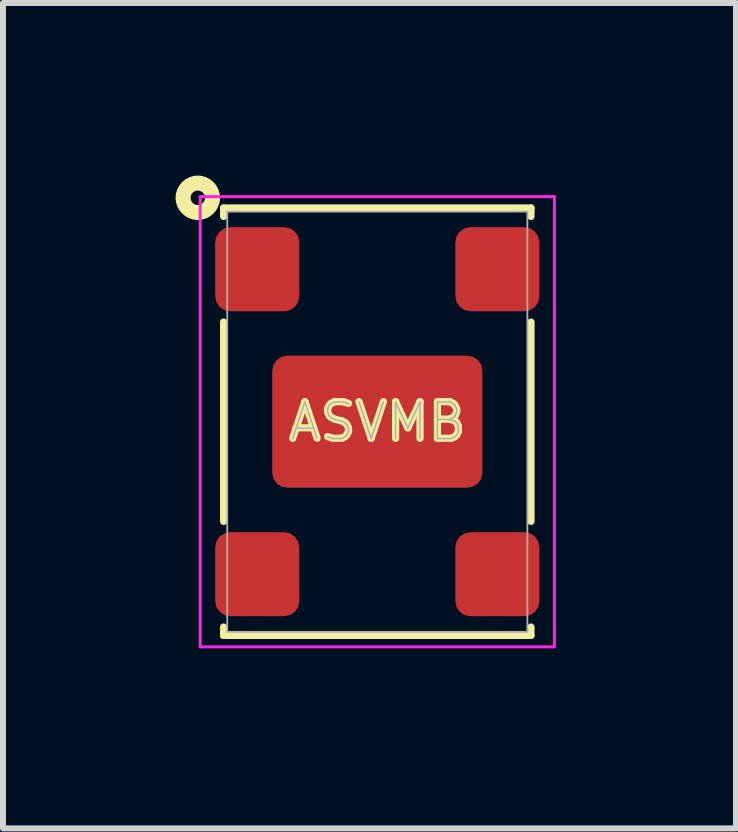
<source format=kicad_pcb>
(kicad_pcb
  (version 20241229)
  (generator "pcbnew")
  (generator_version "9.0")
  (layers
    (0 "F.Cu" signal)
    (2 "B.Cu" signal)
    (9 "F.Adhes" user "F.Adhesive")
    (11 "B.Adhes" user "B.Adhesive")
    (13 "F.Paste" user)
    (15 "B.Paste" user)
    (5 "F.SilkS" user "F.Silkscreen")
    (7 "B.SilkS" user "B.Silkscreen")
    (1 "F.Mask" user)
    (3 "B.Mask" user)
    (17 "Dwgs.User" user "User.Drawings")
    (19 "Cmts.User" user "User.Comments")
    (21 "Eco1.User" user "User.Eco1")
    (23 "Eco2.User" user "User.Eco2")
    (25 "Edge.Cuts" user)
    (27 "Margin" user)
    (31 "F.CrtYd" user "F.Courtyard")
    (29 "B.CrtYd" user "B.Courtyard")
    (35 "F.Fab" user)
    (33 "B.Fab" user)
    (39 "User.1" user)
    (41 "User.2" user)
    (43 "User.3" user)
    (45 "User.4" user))
  (footprint "ASVMB"
    (layer "F.Cu")
    (at 3.235 3.975)
    (property "Reference" "ASVMB" (at 0 0 0) (layer "F.SilkS") (effects (font (size 0.61 0.61) (thickness 0.12))))
    (attr smd)
    (fp_line (start -2.56 -3.56) (end -2.56 -3.42) (stroke (width 0.12) (type solid)) (layer "F.SilkS"))
    (fp_line (start -2.56 -1.66) (end -2.56 1.66) (stroke (width 0.12) (type solid)) (layer "F.SilkS"))
    (fp_line (start -2.56 3.42) (end -2.56 3.56) (stroke (width 0.12) (type solid)) (layer "F.SilkS"))
    (fp_line (start -2.56 3.56) (end 2.56 3.56) (stroke (width 0.12) (type solid)) (layer "F.SilkS"))
    (fp_line (start 2.56 -3.56) (end -2.56 -3.56) (stroke (width 0.12) (type solid)) (layer "F.SilkS"))
    (fp_line (start 2.56 -3.42) (end 2.56 -3.56) (stroke (width 0.12) (type solid)) (layer "F.SilkS"))
    (fp_line (start 2.56 1.66) (end 2.56 -1.66) (stroke (width 0.12) (type solid)) (layer "F.SilkS"))
    (fp_line (start 2.56 3.56) (end 2.56 3.42) (stroke (width 0.12) (type solid)) (layer "F.SilkS"))
    (fp_circle (center -2.99 -3.73) (end -2.87 -3.73) (stroke (width 0.25) (type solid)) (fill no) (layer "F.SilkS"))
    (fp_line (start -2.95 -3.75) (end 2.95 -3.75) (stroke (width 0.05) (type solid)) (layer "F.CrtYd"))
    (fp_line (start -2.95 3.75) (end -2.95 -3.75) (stroke (width 0.05) (type solid)) (layer "F.CrtYd"))
    (fp_line (start 2.95 -3.75) (end 2.95 3.75) (stroke (width 0.05) (type solid)) (layer "F.CrtYd"))
    (fp_line (start 2.95 3.75) (end -2.95 3.75) (stroke (width 0.05) (type solid)) (layer "F.CrtYd"))
    (fp_line (start -2.5 -3.5) (end 2.5 -3.5) (stroke (width 0.03) (type solid)) (layer "F.Fab"))
    (fp_line (start -2.5 3.5) (end -2.5 -3.5) (stroke (width 0.03) (type solid)) (layer "F.Fab"))
    (fp_line (start 2.5 -3.5) (end 2.5 3.5) (stroke (width 0.03) (type solid)) (layer "F.Fab"))
    (fp_line (start 2.5 3.5) (end -2.5 3.5) (stroke (width 0.03) (type solid)) (layer "F.Fab"))
    (fp_text user "${REFERENCE}" (at 0 0 0) (layer "F.Fab") (effects (font (size 0.61 0.61) (thickness 0.025))))
    (pad "1" smd roundrect (at -2 -2.54) (size 1.4 1.4) (layers "F.Cu" "F.Mask" "F.Paste") (roundrect_rratio 0.179))
    (pad "2" smd roundrect (at -2 2.54) (size 1.4 1.4) (layers "F.Cu" "F.Mask" "F.Paste") (roundrect_rratio 0.179))
    (pad "3" smd roundrect (at 2 2.54) (size 1.4 1.4) (layers "F.Cu" "F.Mask" "F.Paste") (roundrect_rratio 0.179))
    (pad "4" smd roundrect (at 2 -2.54) (size 1.4 1.4) (layers "F.Cu" "F.Mask" "F.Paste") (roundrect_rratio 0.179))
    (pad "5" smd roundrect (at 0 0) (size 3.5 2.2) (layers "F.Cu" "F.Mask" "F.Paste") (roundrect_rratio 0.114)))
  (gr_rect
    (start -3 -3)
    (end 9.21 10.75)
    (stroke (width 0.1) (type default))
    (fill no)
    (layer "Edge.Cuts")))
</source>
